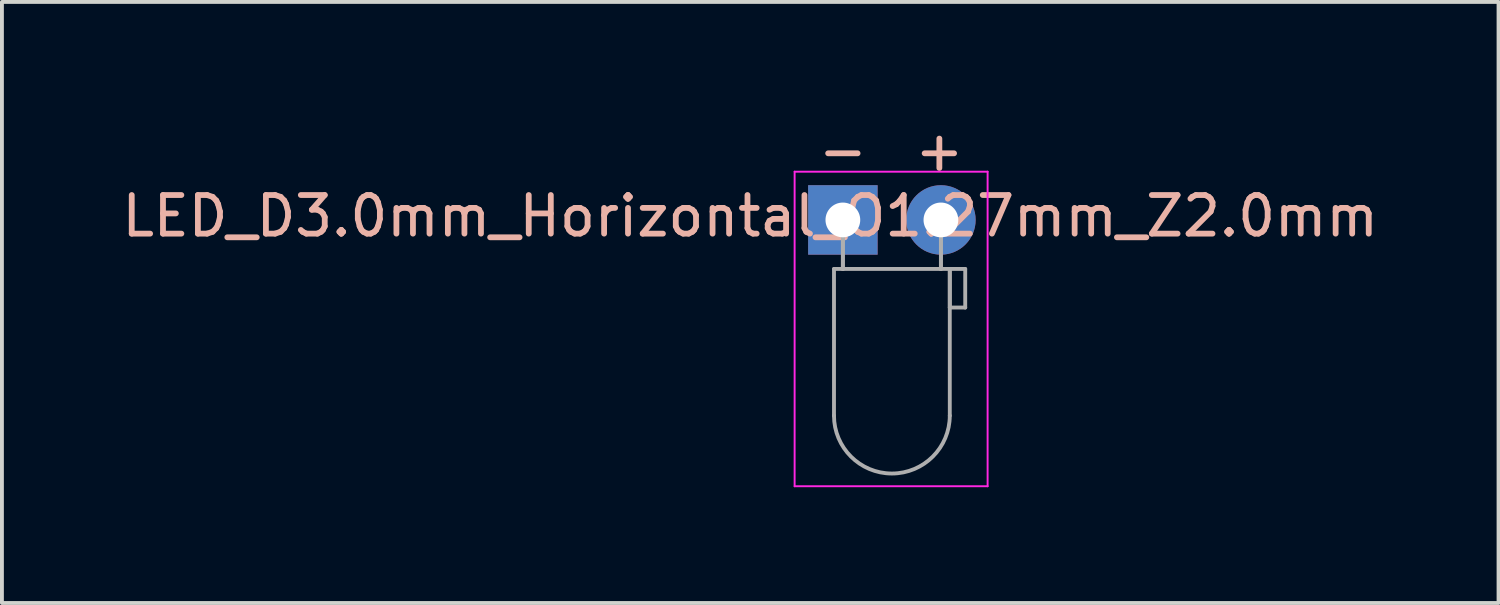
<source format=kicad_pcb>
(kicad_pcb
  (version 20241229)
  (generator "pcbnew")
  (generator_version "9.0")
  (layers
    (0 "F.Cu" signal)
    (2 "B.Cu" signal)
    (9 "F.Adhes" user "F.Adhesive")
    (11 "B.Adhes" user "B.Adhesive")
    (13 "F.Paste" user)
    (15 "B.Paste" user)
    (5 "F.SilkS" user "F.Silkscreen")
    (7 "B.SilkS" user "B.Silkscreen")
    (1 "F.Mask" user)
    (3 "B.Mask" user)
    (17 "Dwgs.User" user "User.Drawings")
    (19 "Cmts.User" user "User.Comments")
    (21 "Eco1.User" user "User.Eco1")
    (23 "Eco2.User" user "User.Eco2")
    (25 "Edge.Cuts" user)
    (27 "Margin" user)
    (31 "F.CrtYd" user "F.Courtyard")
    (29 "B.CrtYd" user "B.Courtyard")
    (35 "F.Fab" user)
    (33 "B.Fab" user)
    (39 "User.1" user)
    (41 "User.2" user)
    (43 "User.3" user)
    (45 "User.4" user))
  (footprint "LED_D3.0mm_Horizontal_O1.27mm_Z2.0mm"
    (layer "F.Cu")
    (at 18.787 2.648)
    (property "Reference" "LED_D3.0mm_Horizontal_O1.27mm_Z2.0mm" (at -2.4 -0.1 180) (layer "B.SilkS") (effects (font (size 1 1) (thickness 0.15))))
    (attr through_hole)
    (fp_line (start -1.25 -1.25) (end -1.25 6.9) (stroke (width 0.05) (type solid)) (layer "F.CrtYd"))
    (fp_line (start -1.25 6.9) (end 3.75 6.9) (stroke (width 0.05) (type solid)) (layer "F.CrtYd"))
    (fp_line (start 3.75 -1.25) (end -1.25 -1.25) (stroke (width 0.05) (type solid)) (layer "F.CrtYd"))
    (fp_line (start 3.75 6.9) (end 3.75 -1.25) (stroke (width 0.05) (type solid)) (layer "F.CrtYd"))
    (fp_line (start -0.23 1.27) (end -0.23 5.07) (stroke (width 0.1) (type solid)) (layer "F.Fab"))
    (fp_line (start -0.23 1.27) (end 2.77 1.27) (stroke (width 0.1) (type solid)) (layer "F.Fab"))
    (fp_line (start 0 0) (end 0 0) (stroke (width 0.1) (type solid)) (layer "F.Fab"))
    (fp_line (start 0 0) (end 0 1.27) (stroke (width 0.1) (type solid)) (layer "F.Fab"))
    (fp_line (start 0 1.27) (end 0 0) (stroke (width 0.1) (type solid)) (layer "F.Fab"))
    (fp_line (start 0 1.27) (end 0 1.27) (stroke (width 0.1) (type solid)) (layer "F.Fab"))
    (fp_line (start 2.54 0) (end 2.54 0) (stroke (width 0.1) (type solid)) (layer "F.Fab"))
    (fp_line (start 2.54 0) (end 2.54 1.27) (stroke (width 0.1) (type solid)) (layer "F.Fab"))
    (fp_line (start 2.54 1.27) (end 2.54 0) (stroke (width 0.1) (type solid)) (layer "F.Fab"))
    (fp_line (start 2.54 1.27) (end 2.54 1.27) (stroke (width 0.1) (type solid)) (layer "F.Fab"))
    (fp_line (start 2.77 1.27) (end 2.77 5.07) (stroke (width 0.1) (type solid)) (layer "F.Fab"))
    (fp_line (start 2.77 1.27) (end 3.17 1.27) (stroke (width 0.1) (type solid)) (layer "F.Fab"))
    (fp_line (start 2.77 2.27) (end 2.77 1.27) (stroke (width 0.1) (type solid)) (layer "F.Fab"))
    (fp_line (start 3.17 1.27) (end 3.17 2.27) (stroke (width 0.1) (type solid)) (layer "F.Fab"))
    (fp_line (start 3.17 2.27) (end 2.77 2.27) (stroke (width 0.1) (type solid)) (layer "F.Fab"))
    (fp_arc (start 2.77 5.07) (mid 1.27 6.57) (end -0.23 5.07) (stroke (width 0.1) (type solid)) (layer "F.Fab"))
    (fp_text user "-" (at 0 -1.8 0) (layer "B.SilkS") (effects (font (size 1 1) (thickness 0.15))))
    (fp_text user "+" (at 2.5 -1.8 0) (layer "B.SilkS") (effects (font (size 1 1) (thickness 0.15))))
    (pad "1" thru_hole rect (at 0 0) (size 1.8 1.8) (drill 0.9) (layers "*.Cu" "*.Mask"))
    (pad "2" thru_hole circle (at 2.54 0) (size 1.8 1.8) (drill 0.9) (layers "*.Cu" "*.Mask")))
  (gr_rect
    (start -3 -3)
    (end 35.774 12.573)
    (stroke (width 0.1) (type default))
    (fill no)
    (layer "Edge.Cuts")))
</source>
